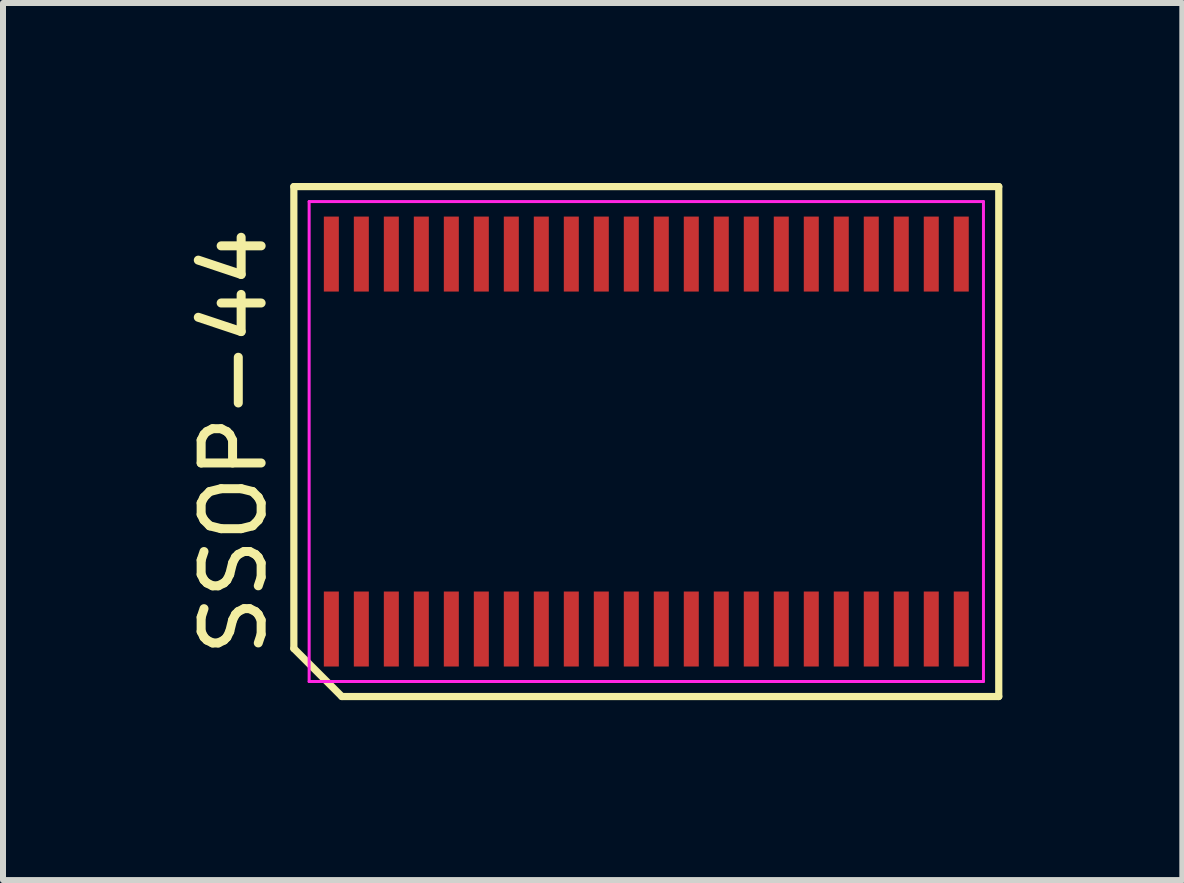
<source format=kicad_pcb>
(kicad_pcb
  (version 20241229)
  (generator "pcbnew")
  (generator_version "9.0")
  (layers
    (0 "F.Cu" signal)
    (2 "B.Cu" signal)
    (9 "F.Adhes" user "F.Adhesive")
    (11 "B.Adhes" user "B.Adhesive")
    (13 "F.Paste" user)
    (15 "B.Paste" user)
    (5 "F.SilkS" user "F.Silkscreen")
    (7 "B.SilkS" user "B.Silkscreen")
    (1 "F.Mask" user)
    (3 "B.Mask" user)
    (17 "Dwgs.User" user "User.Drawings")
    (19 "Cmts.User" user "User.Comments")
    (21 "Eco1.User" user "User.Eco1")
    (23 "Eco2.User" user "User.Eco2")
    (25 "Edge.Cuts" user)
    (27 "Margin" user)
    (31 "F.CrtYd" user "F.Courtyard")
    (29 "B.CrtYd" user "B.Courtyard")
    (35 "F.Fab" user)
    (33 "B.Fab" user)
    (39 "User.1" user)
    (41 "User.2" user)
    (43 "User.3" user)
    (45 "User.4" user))
  (footprint "SSOP-44"
    (layer "F.Cu")
    (at 7.723 4.31)
    (property "Reference" "SSOP-44" (at -6.875 0 90) (layer "F.SilkS") (effects (font (size 1 1) (thickness 0.15))))
    (attr smd)
    (fp_line (start -5.875 -4.25) (end 5.875 -4.25) (stroke (width 0.12) (type solid)) (layer "F.SilkS"))
    (fp_line (start -5.875 3.45) (end -5.875 -4.25) (stroke (width 0.12) (type solid)) (layer "F.SilkS"))
    (fp_line (start -5.075 4.25) (end -5.875 3.45) (stroke (width 0.12) (type solid)) (layer "F.SilkS"))
    (fp_line (start 5.875 -4.25) (end 5.875 4.25) (stroke (width 0.12) (type solid)) (layer "F.SilkS"))
    (fp_line (start 5.875 4.25) (end -5.075 4.25) (stroke (width 0.12) (type solid)) (layer "F.SilkS"))
    (fp_line (start -5.62 -4) (end 5.62 -4) (stroke (width 0.05) (type solid)) (layer "F.CrtYd"))
    (fp_line (start -5.62 4) (end -5.62 -4) (stroke (width 0.05) (type solid)) (layer "F.CrtYd"))
    (fp_line (start 5.62 -4) (end 5.62 4) (stroke (width 0.05) (type solid)) (layer "F.CrtYd"))
    (fp_line (start 5.62 4) (end -5.62 4) (stroke (width 0.05) (type solid)) (layer "F.CrtYd"))
    (pad "1" smd rect (at -5.25 3.125) (size 0.25 1.25) (layers "F.Cu" "F.Mask" "F.Paste"))
    (pad "2" smd rect (at -4.75 3.125) (size 0.25 1.25) (layers "F.Cu" "F.Mask" "F.Paste"))
    (pad "3" smd rect (at -4.25 3.125) (size 0.25 1.25) (layers "F.Cu" "F.Mask" "F.Paste"))
    (pad "4" smd rect (at -3.75 3.125) (size 0.25 1.25) (layers "F.Cu" "F.Mask" "F.Paste"))
    (pad "5" smd rect (at -3.25 3.125) (size 0.25 1.25) (layers "F.Cu" "F.Mask" "F.Paste"))
    (pad "6" smd rect (at -2.75 3.125) (size 0.25 1.25) (layers "F.Cu" "F.Mask" "F.Paste"))
    (pad "7" smd rect (at -2.25 3.125) (size 0.25 1.25) (layers "F.Cu" "F.Mask" "F.Paste"))
    (pad "8" smd rect (at -1.75 3.125) (size 0.25 1.25) (layers "F.Cu" "F.Mask" "F.Paste"))
    (pad "9" smd rect (at -1.25 3.125) (size 0.25 1.25) (layers "F.Cu" "F.Mask" "F.Paste"))
    (pad "10" smd rect (at -0.75 3.125) (size 0.25 1.25) (layers "F.Cu" "F.Mask" "F.Paste"))
    (pad "11" smd rect (at -0.25 3.125) (size 0.25 1.25) (layers "F.Cu" "F.Mask" "F.Paste"))
    (pad "12" smd rect (at 0.25 3.125) (size 0.25 1.25) (layers "F.Cu" "F.Mask" "F.Paste"))
    (pad "13" smd rect (at 0.75 3.125) (size 0.25 1.25) (layers "F.Cu" "F.Mask" "F.Paste"))
    (pad "14" smd rect (at 1.25 3.125) (size 0.25 1.25) (layers "F.Cu" "F.Mask" "F.Paste"))
    (pad "15" smd rect (at 1.75 3.125) (size 0.25 1.25) (layers "F.Cu" "F.Mask" "F.Paste"))
    (pad "16" smd rect (at 2.25 3.125) (size 0.25 1.25) (layers "F.Cu" "F.Mask" "F.Paste"))
    (pad "17" smd rect (at 2.75 3.125) (size 0.25 1.25) (layers "F.Cu" "F.Mask" "F.Paste"))
    (pad "18" smd rect (at 3.25 3.125) (size 0.25 1.25) (layers "F.Cu" "F.Mask" "F.Paste"))
    (pad "19" smd rect (at 3.75 3.125) (size 0.25 1.25) (layers "F.Cu" "F.Mask" "F.Paste"))
    (pad "20" smd rect (at 4.25 3.125) (size 0.25 1.25) (layers "F.Cu" "F.Mask" "F.Paste"))
    (pad "21" smd rect (at 4.75 3.125) (size 0.25 1.25) (layers "F.Cu" "F.Mask" "F.Paste"))
    (pad "22" smd rect (at 5.25 3.125) (size 0.25 1.25) (layers "F.Cu" "F.Mask" "F.Paste"))
    (pad "23" smd rect (at 5.25 -3.125) (size 0.25 1.25) (layers "F.Cu" "F.Mask" "F.Paste"))
    (pad "24" smd rect (at 4.75 -3.125) (size 0.25 1.25) (layers "F.Cu" "F.Mask" "F.Paste"))
    (pad "25" smd rect (at 4.25 -3.125) (size 0.25 1.25) (layers "F.Cu" "F.Mask" "F.Paste"))
    (pad "26" smd rect (at 3.75 -3.125) (size 0.25 1.25) (layers "F.Cu" "F.Mask" "F.Paste"))
    (pad "27" smd rect (at 3.25 -3.125) (size 0.25 1.25) (layers "F.Cu" "F.Mask" "F.Paste"))
    (pad "28" smd rect (at 2.75 -3.125) (size 0.25 1.25) (layers "F.Cu" "F.Mask" "F.Paste"))
    (pad "29" smd rect (at 2.25 -3.125) (size 0.25 1.25) (layers "F.Cu" "F.Mask" "F.Paste"))
    (pad "30" smd rect (at 1.75 -3.125) (size 0.25 1.25) (layers "F.Cu" "F.Mask" "F.Paste"))
    (pad "31" smd rect (at 1.25 -3.125) (size 0.25 1.25) (layers "F.Cu" "F.Mask" "F.Paste"))
    (pad "32" smd rect (at 0.75 -3.125) (size 0.25 1.25) (layers "F.Cu" "F.Mask" "F.Paste"))
    (pad "33" smd rect (at 0.25 -3.125) (size 0.25 1.25) (layers "F.Cu" "F.Mask" "F.Paste"))
    (pad "34" smd rect (at -0.25 -3.125) (size 0.25 1.25) (layers "F.Cu" "F.Mask" "F.Paste"))
    (pad "35" smd rect (at -0.75 -3.125) (size 0.25 1.25) (layers "F.Cu" "F.Mask" "F.Paste"))
    (pad "36" smd rect (at -1.25 -3.125) (size 0.25 1.25) (layers "F.Cu" "F.Mask" "F.Paste"))
    (pad "37" smd rect (at -1.75 -3.125) (size 0.25 1.25) (layers "F.Cu" "F.Mask" "F.Paste"))
    (pad "38" smd rect (at -2.25 -3.125) (size 0.25 1.25) (layers "F.Cu" "F.Mask" "F.Paste"))
    (pad "39" smd rect (at -2.75 -3.125) (size 0.25 1.25) (layers "F.Cu" "F.Mask" "F.Paste"))
    (pad "40" smd rect (at -3.25 -3.125) (size 0.25 1.25) (layers "F.Cu" "F.Mask" "F.Paste"))
    (pad "41" smd rect (at -3.75 -3.125) (size 0.25 1.25) (layers "F.Cu" "F.Mask" "F.Paste"))
    (pad "42" smd rect (at -4.25 -3.125) (size 0.25 1.25) (layers "F.Cu" "F.Mask" "F.Paste"))
    (pad "43" smd rect (at -4.75 -3.125) (size 0.25 1.25) (layers "F.Cu" "F.Mask" "F.Paste"))
    (pad "44" smd rect (at -5.25 -3.125) (size 0.25 1.25) (layers "F.Cu" "F.Mask" "F.Paste")))
  (gr_rect
    (start -3 -3)
    (end 16.658 11.62)
    (stroke (width 0.1) (type default))
    (fill no)
    (layer "Edge.Cuts")))
</source>
